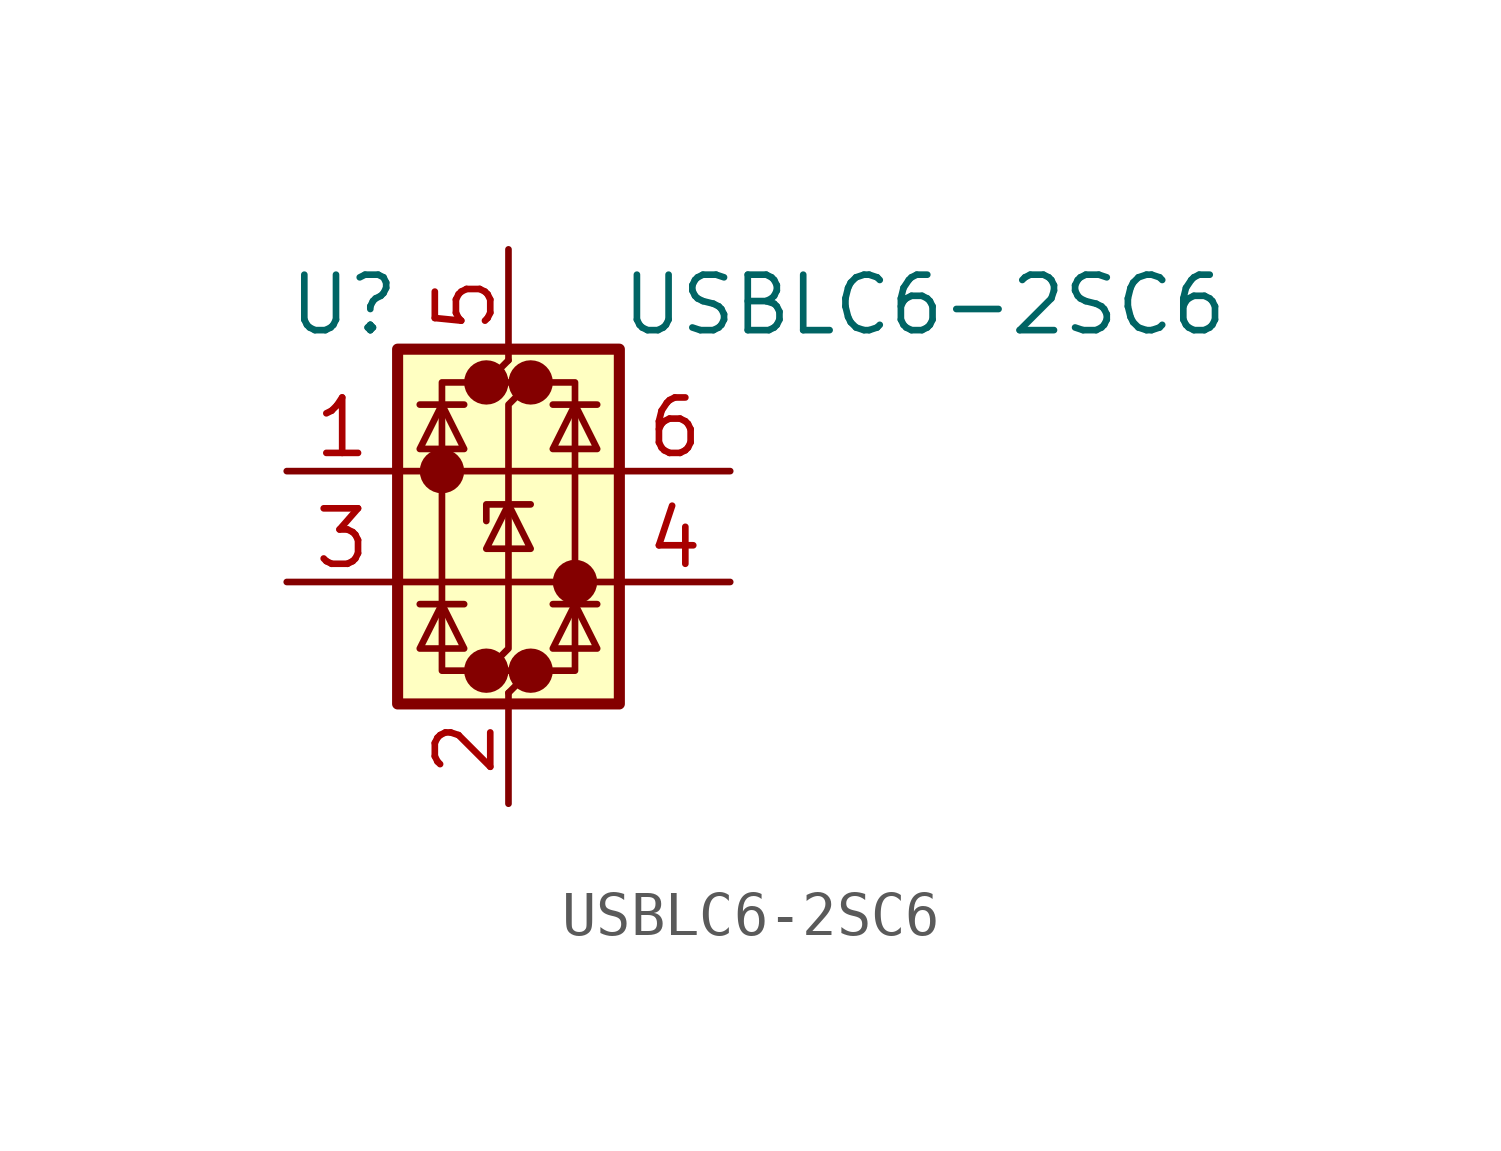
<source format=kicad_sym>
(kicad_symbol_lib
  (version 20241209)
  (generator "kicad_symbol_editor")
  (generator_version "9.0")
  (symbol "USBLC6-2SC6"
    (pin_names
      (hide yes))
    (property "Reference" "U"
      (at -5.08 3.81 0)
      (effects (font (size 1.27 1.27)) (justify left)))
    (property "Value" "USBLC6-2SC6"
      (at 2.54 3.81 0)
      (effects (font (size 1.27 1.27)) (justify left)))
    (symbol "USBLC6-2SC6_0_0"
      (circle (center -1.524 0) (radius 0.0001) (stroke (width 0.508) (type default)) (fill (type none)))
      (circle (center -0.508 2.032) (radius 0.0001) (stroke (width 0.508) (type default)) (fill (type none)))
      (circle (center -0.508 -4.572) (radius 0.0001) (stroke (width 0.508) (type default)) (fill (type none)))
      (circle (center 0.508 2.032) (radius 0.0001) (stroke (width 0.508) (type default)) (fill (type none)))
      (circle (center 0.508 -4.572) (radius 0.0001) (stroke (width 0.508) (type default)) (fill (type none)))
      (circle (center 1.524 -2.54) (radius 0.0001) (stroke (width 0.508) (type default)) (fill (type none))))
    (symbol "USBLC6-2SC6_0_1"
      (polyline (pts (xy -2.54 0) (xy 2.54 0)) (stroke (width 0) (type default)) (fill (type none)))
      (polyline (pts (xy -2.54 -2.54) (xy 2.54 -2.54)) (stroke (width 0) (type default)) (fill (type none)))
      (polyline (pts (xy -2.032 0.508) (xy -1.016 0.508) (xy -1.524 1.524) (xy -2.032 0.508)) (stroke (width 0) (type default)) (fill (type none)))
      (polyline (pts (xy -2.032 -3.048) (xy -1.016 -3.048)) (stroke (width 0) (type default)) (fill (type none)))
      (polyline (pts (xy -1.016 1.524) (xy -2.032 1.524)) (stroke (width 0) (type default)) (fill (type none)))
      (polyline (pts (xy -1.016 -4.064) (xy -2.032 -4.064) (xy -1.524 -3.048) (xy -1.016 -4.064)) (stroke (width 0) (type default)) (fill (type none)))
      (polyline (pts (xy -0.508 -1.143) (xy -0.508 -0.762) (xy 0.508 -0.762)) (stroke (width 0) (type default)) (fill (type none)))
      (polyline (pts (xy 0 2.54) (xy -0.508 2.032) (xy 0.508 2.032) (xy 0 1.524) (xy 0 -4.064) (xy -0.508 -4.572) (xy 0.508 -4.572) (xy 0 -5.08)) (stroke (width 0) (type default)) (fill (type none)))
      (polyline (pts (xy 0.508 -1.778) (xy -0.508 -1.778) (xy 0 -0.762) (xy 0.508 -1.778)) (stroke (width 0) (type default)) (fill (type none)))
      (polyline (pts (xy 1.016 1.524) (xy 2.032 1.524)) (stroke (width 0) (type default)) (fill (type none)))
      (polyline (pts (xy 1.016 -3.048) (xy 2.032 -3.048)) (stroke (width 0) (type default)) (fill (type none)))
      (polyline (pts (xy 2.032 0.508) (xy 1.016 0.508) (xy 1.524 1.524) (xy 2.032 0.508)) (stroke (width 0) (type default)) (fill (type none)))
      (polyline (pts (xy 2.032 -4.064) (xy 1.016 -4.064) (xy 1.524 -3.048) (xy 2.032 -4.064)) (stroke (width 0) (type default)) (fill (type none))))
    (symbol "USBLC6-2SC6_1_1"
      (rectangle (start -2.54 2.794) (end 2.54 -5.334) (stroke (width 0.254) (type default)) (fill (type background)))
      (polyline (pts (xy -0.508 2.032) (xy -1.524 2.032) (xy -1.524 -4.572) (xy -0.508 -4.572)) (stroke (width 0) (type default)) (fill (type none)))
      (polyline (pts (xy 0.508 -4.572) (xy 1.524 -4.572) (xy 1.524 2.032) (xy 0.508 2.032)) (stroke (width 0) (type default)) (fill (type none)))
      (pin passive line (at -5.08 0 0) (length 2.54) (name "I/O1" (effects (font (size 1.27 1.27)))) (number "1" (effects (font (size 1.27 1.27)))))
      (pin passive line (at -5.08 -2.54 0) (length 2.54) (name "I/O2" (effects (font (size 1.27 1.27)))) (number "3" (effects (font (size 1.27 1.27)))))
      (pin passive line (at 0 5.08 270) (length 2.54) (name "VBUS" (effects (font (size 1.27 1.27)))) (number "5" (effects (font (size 1.27 1.27)))))
      (pin passive line (at 0 -7.62 90) (length 2.54) (name "GND" (effects (font (size 1.27 1.27)))) (number "2" (effects (font (size 1.27 1.27)))))
      (pin passive line (at 5.08 0 180) (length 2.54) (name "I/O1" (effects (font (size 1.27 1.27)))) (number "6" (effects (font (size 1.27 1.27)))))
      (pin passive line (at 5.08 -2.54 180) (length 2.54) (name "I/O2" (effects (font (size 1.27 1.27)))) (number "4" (effects (font (size 1.27 1.27))))))))
</source>
